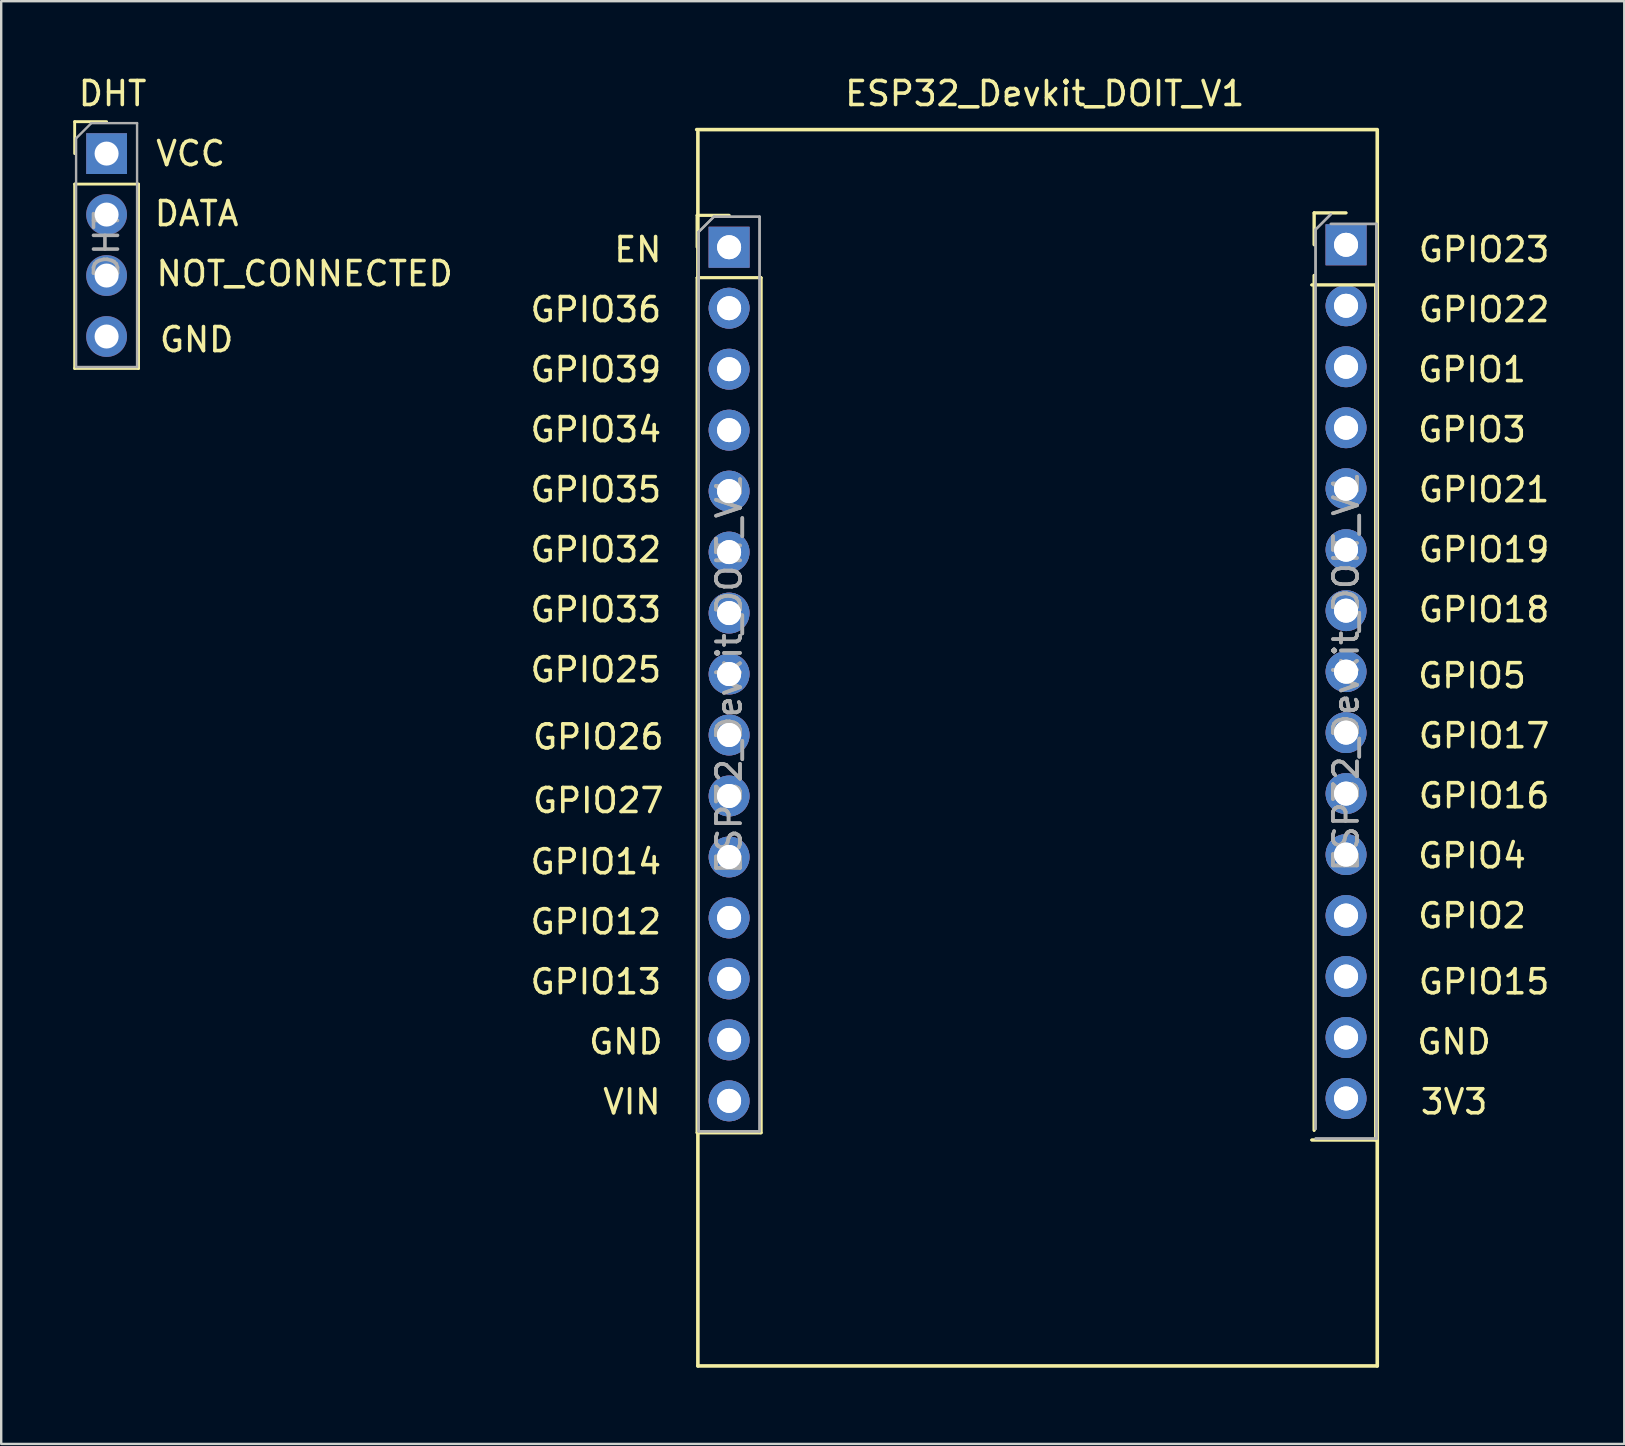
<source format=kicad_pcb>
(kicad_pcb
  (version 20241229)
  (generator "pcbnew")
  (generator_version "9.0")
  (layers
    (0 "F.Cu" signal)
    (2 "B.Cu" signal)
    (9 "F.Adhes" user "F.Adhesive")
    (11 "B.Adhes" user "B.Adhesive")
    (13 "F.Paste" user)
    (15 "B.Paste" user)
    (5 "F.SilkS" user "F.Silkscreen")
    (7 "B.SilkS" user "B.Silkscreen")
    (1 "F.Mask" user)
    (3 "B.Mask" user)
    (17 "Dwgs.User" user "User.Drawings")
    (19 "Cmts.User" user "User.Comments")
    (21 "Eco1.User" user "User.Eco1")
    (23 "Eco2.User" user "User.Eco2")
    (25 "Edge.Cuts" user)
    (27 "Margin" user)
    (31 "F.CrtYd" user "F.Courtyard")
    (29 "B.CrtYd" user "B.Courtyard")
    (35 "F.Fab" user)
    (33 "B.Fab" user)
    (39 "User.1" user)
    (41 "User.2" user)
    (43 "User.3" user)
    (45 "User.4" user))
  (footprint "DHT"
    (layer "F.Cu")
    (at 1.39 7.598)
    (property "Reference" "DHT" (at 0.25 -6.75 0) (layer "F.SilkS") (effects (font (size 1 1) (thickness 0.15))))
    (attr through_hole)
    (fp_line (start -1.33 -5.58) (end 0 -5.58) (stroke (width 0.12) (type solid)) (layer "F.SilkS"))
    (fp_line (start -1.33 -4.25) (end -1.33 -5.58) (stroke (width 0.12) (type solid)) (layer "F.SilkS"))
    (fp_line (start -1.33 -2.98) (end -1.33 4.7) (stroke (width 0.12) (type solid)) (layer "F.SilkS"))
    (fp_line (start -1.33 -2.98) (end 1.33 -2.98) (stroke (width 0.12) (type solid)) (layer "F.SilkS"))
    (fp_line (start -1.33 4.7) (end 1.33 4.7) (stroke (width 0.12) (type solid)) (layer "F.SilkS"))
    (fp_line (start 1.33 -2.98) (end 1.33 4.7) (stroke (width 0.12) (type solid)) (layer "F.SilkS"))
    (fp_line (start -1.27 -4.885) (end -0.635 -5.52) (stroke (width 0.1) (type solid)) (layer "F.Fab"))
    (fp_line (start -1.27 4.64) (end -1.27 -4.885) (stroke (width 0.1) (type solid)) (layer "F.Fab"))
    (fp_line (start -0.635 -5.52) (end 1.27 -5.52) (stroke (width 0.1) (type solid)) (layer "F.Fab"))
    (fp_line (start 1.27 -5.52) (end 1.27 4.64) (stroke (width 0.1) (type solid)) (layer "F.Fab"))
    (fp_line (start 1.27 4.64) (end -1.27 4.64) (stroke (width 0.1) (type solid)) (layer "F.Fab"))
    (fp_text user "GND" (at 3.75 3.5 0) (layer "F.SilkS") (effects (font (size 1 1) (thickness 0.15))))
    (fp_text user "NOT_CONNECTED" (at 8.25 0.75 0) (layer "F.SilkS") (effects (font (size 1 1) (thickness 0.15))))
    (fp_text user "DATA" (at 3.75 -1.75 0) (layer "F.SilkS") (effects (font (size 1 1) (thickness 0.15))))
    (fp_text user "VCC" (at 3.5 -4.25 0) (layer "F.SilkS") (effects (font (size 1 1) (thickness 0.15))))
    (fp_text user "${REFERENCE}" (at 0 -0.44 90) (layer "F.Fab") (effects (font (size 1 1) (thickness 0.15))))
    (pad "1" thru_hole rect (at 0 -4.25) (size 1.7 1.7) (drill 1) (layers "*.Cu" "*.Mask"))
    (pad "2" thru_hole oval (at 0 -1.71) (size 1.7 1.7) (drill 1) (layers "*.Cu" "*.Mask"))
    (pad "3" thru_hole oval (at 0 0.83) (size 1.7 1.7) (drill 1) (layers "*.Cu" "*.Mask"))
    (pad "4" thru_hole oval (at 0 3.37) (size 1.7 1.7) (drill 1) (layers "*.Cu" "*.Mask")))
  (footprint "ESP32_Devkit_DOIT_V1"
    (layer "F.Cu")
    (at 26.021 53.848)
    (property "Reference" "ESP32_Devkit_DOIT_V1" (at 14.45 -53 0) (layer "F.SilkS") (effects (font (size 1 1) (thickness 0.15))))
    (attr through_hole)
    (fp_line (start -0.03 -47.93) (end 1.3 -47.93) (stroke (width 0.12) (type solid)) (layer "F.SilkS"))
    (fp_line (start -0.03 -47.93) (end 1.3 -47.93) (stroke (width 0.12) (type solid)) (layer "F.SilkS"))
    (fp_line (start -0.03 -46.6) (end -0.03 -47.93) (stroke (width 0.12) (type solid)) (layer "F.SilkS"))
    (fp_line (start -0.03 -46.6) (end -0.03 -47.93) (stroke (width 0.12) (type solid)) (layer "F.SilkS"))
    (fp_line (start -0.03 -45.33) (end -0.03 -9.71) (stroke (width 0.12) (type solid)) (layer "F.SilkS"))
    (fp_line (start -0.03 -45.33) (end -0.03 -9.71) (stroke (width 0.12) (type solid)) (layer "F.SilkS"))
    (fp_line (start -0.03 -45.33) (end 2.63 -45.33) (stroke (width 0.12) (type solid)) (layer "F.SilkS"))
    (fp_line (start -0.03 -45.33) (end 2.63 -45.33) (stroke (width 0.12) (type solid)) (layer "F.SilkS"))
    (fp_line (start -0.03 -9.71) (end 2.63 -9.71) (stroke (width 0.12) (type solid)) (layer "F.SilkS"))
    (fp_line (start -0.03 -9.71) (end 2.63 -9.71) (stroke (width 0.12) (type solid)) (layer "F.SilkS"))
    (fp_line (start 0 -51.4) (end 0 0) (stroke (width 0.15) (type solid)) (layer "F.SilkS"))
    (fp_line (start 0 0) (end 28.3 0) (stroke (width 0.15) (type solid)) (layer "F.SilkS"))
    (fp_line (start 2.63 -45.33) (end 2.63 -9.71) (stroke (width 0.12) (type solid)) (layer "F.SilkS"))
    (fp_line (start 2.63 -45.33) (end 2.63 -9.71) (stroke (width 0.12) (type solid)) (layer "F.SilkS"))
    (fp_line (start 25.57 -45.03) (end 28.23 -45.03) (stroke (width 0.12) (type solid)) (layer "F.SilkS"))
    (fp_line (start 25.57 -45.03) (end 28.23 -45.03) (stroke (width 0.12) (type solid)) (layer "F.SilkS"))
    (fp_line (start 25.57 -9.41) (end 28.23 -9.41) (stroke (width 0.12) (type solid)) (layer "F.SilkS"))
    (fp_line (start 25.57 -9.41) (end 28.23 -9.41) (stroke (width 0.12) (type solid)) (layer "F.SilkS"))
    (fp_line (start 25.67 -48.03) (end 27 -48.03) (stroke (width 0.12) (type solid)) (layer "F.SilkS"))
    (fp_line (start 25.67 -48.03) (end 27 -48.03) (stroke (width 0.12) (type solid)) (layer "F.SilkS"))
    (fp_line (start 25.67 -46.7) (end 25.67 -48.03) (stroke (width 0.12) (type solid)) (layer "F.SilkS"))
    (fp_line (start 25.67 -46.7) (end 25.67 -48.03) (stroke (width 0.12) (type solid)) (layer "F.SilkS"))
    (fp_line (start 25.67 -45.43) (end 25.67 -9.81) (stroke (width 0.12) (type solid)) (layer "F.SilkS"))
    (fp_line (start 25.67 -45.43) (end 25.67 -9.81) (stroke (width 0.12) (type solid)) (layer "F.SilkS"))
    (fp_line (start 28.23 -45.03) (end 28.23 -9.41) (stroke (width 0.12) (type solid)) (layer "F.SilkS"))
    (fp_line (start 28.23 -45.03) (end 28.23 -9.41) (stroke (width 0.12) (type solid)) (layer "F.SilkS"))
    (fp_line (start 28.3 -51.5) (end -0.05 -51.5) (stroke (width 0.15) (type solid)) (layer "F.SilkS"))
    (fp_line (start 28.3 -42.9) (end 28.3 -51.45) (stroke (width 0.15) (type solid)) (layer "F.SilkS"))
    (fp_line (start 28.3 0) (end 28.3 -43) (stroke (width 0.15) (type solid)) (layer "F.SilkS"))
    (fp_line (start 0.03 -47.235) (end 0.665 -47.87) (stroke (width 0.1) (type solid)) (layer "F.Fab"))
    (fp_line (start 0.03 -47.235) (end 0.665 -47.87) (stroke (width 0.1) (type solid)) (layer "F.Fab"))
    (fp_line (start 0.03 -9.77) (end 0.03 -47.235) (stroke (width 0.1) (type solid)) (layer "F.Fab"))
    (fp_line (start 0.03 -9.77) (end 0.03 -47.235) (stroke (width 0.1) (type solid)) (layer "F.Fab"))
    (fp_line (start 0.665 -47.87) (end 2.57 -47.87) (stroke (width 0.1) (type solid)) (layer "F.Fab"))
    (fp_line (start 0.665 -47.87) (end 2.57 -47.87) (stroke (width 0.1) (type solid)) (layer "F.Fab"))
    (fp_line (start 2.57 -47.87) (end 2.57 -9.77) (stroke (width 0.1) (type solid)) (layer "F.Fab"))
    (fp_line (start 2.57 -47.87) (end 2.57 -9.77) (stroke (width 0.1) (type solid)) (layer "F.Fab"))
    (fp_line (start 2.57 -9.77) (end 0.03 -9.77) (stroke (width 0.1) (type solid)) (layer "F.Fab"))
    (fp_line (start 2.57 -9.77) (end 0.03 -9.77) (stroke (width 0.1) (type solid)) (layer "F.Fab"))
    (fp_line (start 25.73 -47.335) (end 26.365 -47.97) (stroke (width 0.1) (type solid)) (layer "F.Fab"))
    (fp_line (start 25.73 -47.335) (end 26.365 -47.97) (stroke (width 0.1) (type solid)) (layer "F.Fab"))
    (fp_line (start 25.73 -9.87) (end 25.73 -47.335) (stroke (width 0.1) (type solid)) (layer "F.Fab"))
    (fp_line (start 25.73 -9.87) (end 25.73 -47.335) (stroke (width 0.1) (type solid)) (layer "F.Fab"))
    (fp_line (start 26.365 -47.57) (end 28.27 -47.57) (stroke (width 0.1) (type solid)) (layer "F.Fab"))
    (fp_line (start 26.365 -47.57) (end 28.27 -47.57) (stroke (width 0.1) (type solid)) (layer "F.Fab"))
    (fp_line (start 28.27 -47.57) (end 28.27 -9.47) (stroke (width 0.1) (type solid)) (layer "F.Fab"))
    (fp_line (start 28.27 -47.57) (end 28.27 -9.47) (stroke (width 0.1) (type solid)) (layer "F.Fab"))
    (fp_line (start 28.27 -9.47) (end 25.73 -9.47) (stroke (width 0.1) (type solid)) (layer "F.Fab"))
    (fp_line (start 28.27 -9.47) (end 25.73 -9.47) (stroke (width 0.1) (type solid)) (layer "F.Fab"))
    (fp_text user "GPIO26" (at -4.15 -26.2 0) (layer "F.SilkS") (effects (font (size 1 1) (thickness 0.15))))
    (fp_text user "GPIO35" (at -4.25 -36.5 0) (layer "F.SilkS") (effects (font (size 1 1) (thickness 0.15))))
    (fp_text user "GPIO22" (at 32.75 -44 0) (layer "F.SilkS") (effects (font (size 1 1) (thickness 0.15))))
    (fp_text user "GPIO15" (at 32.75 -16 0) (layer "F.SilkS") (effects (font (size 1 1) (thickness 0.15))))
    (fp_text user "GPIO17" (at 32.75 -26.25 0) (layer "F.SilkS") (effects (font (size 1 1) (thickness 0.15))))
    (fp_text user "GPIO4" (at 32.25 -21.25 0) (layer "F.SilkS") (effects (font (size 1 1) (thickness 0.15))))
    (fp_text user "GPIO3" (at 32.25 -39 0) (layer "F.SilkS") (effects (font (size 1 1) (thickness 0.15))))
    (fp_text user "GPIO27" (at -4.15 -23.55 0) (layer "F.SilkS") (effects (font (size 1 1) (thickness 0.15))))
    (fp_text user "VIN" (at -2.75 -11 0) (layer "F.SilkS") (effects (font (size 1 1) (thickness 0.15))))
    (fp_text user "GPIO23" (at 32.75 -46.5 0) (layer "F.SilkS") (effects (font (size 1 1) (thickness 0.15))))
    (fp_text user "GND" (at 31.5 -13.5 0) (layer "F.SilkS") (effects (font (size 1 1) (thickness 0.15))))
    (fp_text user "GPIO2" (at 32.25 -18.75 0) (layer "F.SilkS") (effects (font (size 1 1) (thickness 0.15))))
    (fp_text user "GPIO14" (at -4.25 -21 0) (layer "F.SilkS") (effects (font (size 1 1) (thickness 0.15))))
    (fp_text user "3V3" (at 31.5 -11 0) (layer "F.SilkS") (effects (font (size 1 1) (thickness 0.15))))
    (fp_text user "GPIO33" (at -4.25 -31.5 0) (layer "F.SilkS") (effects (font (size 1 1) (thickness 0.15))))
    (fp_text user "GPIO19" (at 32.75 -34 0) (layer "F.SilkS") (effects (font (size 1 1) (thickness 0.15))))
    (fp_text user "GPIO13" (at -4.25 -16 0) (layer "F.SilkS") (effects (font (size 1 1) (thickness 0.15))))
    (fp_text user "GPIO32" (at -4.25 -34 0) (layer "F.SilkS") (effects (font (size 1 1) (thickness 0.15))))
    (fp_text user "GND" (at -3 -13.5 0) (layer "F.SilkS") (effects (font (size 1 1) (thickness 0.15))))
    (fp_text user "GPIO25" (at -4.25 -29 0) (layer "F.SilkS") (effects (font (size 1 1) (thickness 0.15))))
    (fp_text user "GPIO5" (at 32.25 -28.75 0) (layer "F.SilkS") (effects (font (size 1 1) (thickness 0.15))))
    (fp_text user "GPIO39" (at -4.25 -41.5 0) (layer "F.SilkS") (effects (font (size 1 1) (thickness 0.15))))
    (fp_text user "GPIO21" (at 32.75 -36.5 0) (layer "F.SilkS") (effects (font (size 1 1) (thickness 0.15))))
    (fp_text user "GPIO12" (at -4.25 -18.5 0) (layer "F.SilkS") (effects (font (size 1 1) (thickness 0.15))))
    (fp_text user "GPIO16" (at 32.75 -23.75 0) (layer "F.SilkS") (effects (font (size 1 1) (thickness 0.15))))
    (fp_text user "GPIO36" (at -4.25 -44 0) (layer "F.SilkS") (effects (font (size 1 1) (thickness 0.15))))
    (fp_text user "GPIO1" (at 32.25 -41.5 0) (layer "F.SilkS") (effects (font (size 1 1) (thickness 0.15))))
    (fp_text user "EN" (at -2.5 -46.5 0) (layer "F.SilkS") (effects (font (size 1 1) (thickness 0.15))))
    (fp_text user "GPIO18" (at 32.75 -31.5 0) (layer "F.SilkS") (effects (font (size 1 1) (thickness 0.15))))
    (fp_text user "GPIO34" (at -4.25 -39 0) (layer "F.SilkS") (effects (font (size 1 1) (thickness 0.15))))
    (fp_text user "${REFERENCE}" (at 27 -28.92 90) (layer "F.Fab") (effects (font (size 1 1) (thickness 0.15))))
    (fp_text user "${REFERENCE}" (at 27 -28.92 90) (layer "F.Fab") (effects (font (size 1 1) (thickness 0.15))))
    (fp_text user "${REFERENCE}" (at 1.3 -28.82 90) (layer "F.Fab") (effects (font (size 1 1) (thickness 0.15))))
    (fp_text user "${REFERENCE}" (at 1.3 -28.82 90) (layer "F.Fab") (effects (font (size 1 1) (thickness 0.15))))
    (pad "1" thru_hole rect (at 1.3 -46.6) (size 1.7 1.7) (drill 1) (layers "*.Cu" "*.Mask"))
    (pad "1" thru_hole rect (at 1.3 -46.6) (size 1.7 1.7) (drill 1) (layers "*.Cu" "*.Mask"))
    (pad "2" thru_hole oval (at 1.3 -44.06) (size 1.7 1.7) (drill 1) (layers "*.Cu" "*.Mask"))
    (pad "2" thru_hole oval (at 1.3 -44.06) (size 1.7 1.7) (drill 1) (layers "*.Cu" "*.Mask"))
    (pad "3" thru_hole oval (at 1.3 -41.52) (size 1.7 1.7) (drill 1) (layers "*.Cu" "*.Mask"))
    (pad "3" thru_hole oval (at 1.3 -41.52) (size 1.7 1.7) (drill 1) (layers "*.Cu" "*.Mask"))
    (pad "4" thru_hole oval (at 1.3 -38.98) (size 1.7 1.7) (drill 1) (layers "*.Cu" "*.Mask"))
    (pad "4" thru_hole oval (at 1.3 -38.98) (size 1.7 1.7) (drill 1) (layers "*.Cu" "*.Mask"))
    (pad "5" thru_hole oval (at 1.3 -36.44) (size 1.7 1.7) (drill 1) (layers "*.Cu" "*.Mask"))
    (pad "5" thru_hole oval (at 1.3 -36.44) (size 1.7 1.7) (drill 1) (layers "*.Cu" "*.Mask"))
    (pad "6" thru_hole oval (at 1.3 -33.9) (size 1.7 1.7) (drill 1) (layers "*.Cu" "*.Mask"))
    (pad "6" thru_hole oval (at 1.3 -33.9) (size 1.7 1.7) (drill 1) (layers "*.Cu" "*.Mask"))
    (pad "7" thru_hole oval (at 1.3 -31.36) (size 1.7 1.7) (drill 1) (layers "*.Cu" "*.Mask"))
    (pad "7" thru_hole oval (at 1.3 -31.36) (size 1.7 1.7) (drill 1) (layers "*.Cu" "*.Mask"))
    (pad "8" thru_hole oval (at 1.3 -28.82) (size 1.7 1.7) (drill 1) (layers "*.Cu" "*.Mask"))
    (pad "8" thru_hole oval (at 1.3 -28.82) (size 1.7 1.7) (drill 1) (layers "*.Cu" "*.Mask"))
    (pad "9" thru_hole oval (at 1.3 -26.28) (size 1.7 1.7) (drill 1) (layers "*.Cu" "*.Mask"))
    (pad "9" thru_hole oval (at 1.3 -26.28) (size 1.7 1.7) (drill 1) (layers "*.Cu" "*.Mask"))
    (pad "10" thru_hole oval (at 1.3 -23.74) (size 1.7 1.7) (drill 1) (layers "*.Cu" "*.Mask"))
    (pad "10" thru_hole oval (at 1.3 -23.74) (size 1.7 1.7) (drill 1) (layers "*.Cu" "*.Mask"))
    (pad "11" thru_hole oval (at 1.3 -21.2) (size 1.7 1.7) (drill 1) (layers "*.Cu" "*.Mask"))
    (pad "11" thru_hole oval (at 1.3 -21.2) (size 1.7 1.7) (drill 1) (layers "*.Cu" "*.Mask"))
    (pad "12" thru_hole oval (at 1.3 -18.66) (size 1.7 1.7) (drill 1) (layers "*.Cu" "*.Mask"))
    (pad "12" thru_hole oval (at 1.3 -18.66) (size 1.7 1.7) (drill 1) (layers "*.Cu" "*.Mask"))
    (pad "13" thru_hole oval (at 1.3 -16.12) (size 1.7 1.7) (drill 1) (layers "*.Cu" "*.Mask"))
    (pad "13" thru_hole oval (at 1.3 -16.12) (size 1.7 1.7) (drill 1) (layers "*.Cu" "*.Mask"))
    (pad "14" thru_hole oval (at 1.3 -13.58) (size 1.7 1.7) (drill 1) (layers "*.Cu" "*.Mask"))
    (pad "14" thru_hole oval (at 1.3 -13.58) (size 1.7 1.7) (drill 1) (layers "*.Cu" "*.Mask"))
    (pad "15" thru_hole oval (at 1.3 -11.04) (size 1.7 1.7) (drill 1) (layers "*.Cu" "*.Mask"))
    (pad "15" thru_hole oval (at 1.3 -11.04) (size 1.7 1.7) (drill 1) (layers "*.Cu" "*.Mask"))
    (pad "16" thru_hole oval (at 27 -11.14) (size 1.7 1.7) (drill 1) (layers "*.Cu" "*.Mask"))
    (pad "16" thru_hole oval (at 27 -11.14) (size 1.7 1.7) (drill 1) (layers "*.Cu" "*.Mask"))
    (pad "17" thru_hole oval (at 27 -13.68) (size 1.7 1.7) (drill 1) (layers "*.Cu" "*.Mask"))
    (pad "17" thru_hole oval (at 27 -13.68) (size 1.7 1.7) (drill 1) (layers "*.Cu" "*.Mask"))
    (pad "18" thru_hole oval (at 27 -16.22) (size 1.7 1.7) (drill 1) (layers "*.Cu" "*.Mask"))
    (pad "18" thru_hole oval (at 27 -16.22) (size 1.7 1.7) (drill 1) (layers "*.Cu" "*.Mask"))
    (pad "19" thru_hole oval (at 27 -18.76) (size 1.7 1.7) (drill 1) (layers "*.Cu" "*.Mask"))
    (pad "19" thru_hole oval (at 27 -18.76) (size 1.7 1.7) (drill 1) (layers "*.Cu" "*.Mask"))
    (pad "20" thru_hole oval (at 27 -21.3) (size 1.7 1.7) (drill 1) (layers "*.Cu" "*.Mask"))
    (pad "20" thru_hole oval (at 27 -21.3) (size 1.7 1.7) (drill 1) (layers "*.Cu" "*.Mask"))
    (pad "21" thru_hole oval (at 27 -23.84) (size 1.7 1.7) (drill 1) (layers "*.Cu" "*.Mask"))
    (pad "21" thru_hole oval (at 27 -23.84) (size 1.7 1.7) (drill 1) (layers "*.Cu" "*.Mask"))
    (pad "22" thru_hole oval (at 27 -26.38) (size 1.7 1.7) (drill 1) (layers "*.Cu" "*.Mask"))
    (pad "22" thru_hole oval (at 27 -26.38) (size 1.7 1.7) (drill 1) (layers "*.Cu" "*.Mask"))
    (pad "23" thru_hole oval (at 27 -28.92) (size 1.7 1.7) (drill 1) (layers "*.Cu" "*.Mask"))
    (pad "23" thru_hole oval (at 27 -28.92) (size 1.7 1.7) (drill 1) (layers "*.Cu" "*.Mask"))
    (pad "24" thru_hole oval (at 27 -31.46) (size 1.7 1.7) (drill 1) (layers "*.Cu" "*.Mask"))
    (pad "24" thru_hole oval (at 27 -31.46) (size 1.7 1.7) (drill 1) (layers "*.Cu" "*.Mask"))
    (pad "25" thru_hole oval (at 27 -34) (size 1.7 1.7) (drill 1) (layers "*.Cu" "*.Mask"))
    (pad "25" thru_hole oval (at 27 -34) (size 1.7 1.7) (drill 1) (layers "*.Cu" "*.Mask"))
    (pad "26" thru_hole oval (at 27 -36.54) (size 1.7 1.7) (drill 1) (layers "*.Cu" "*.Mask"))
    (pad "26" thru_hole oval (at 27 -36.54) (size 1.7 1.7) (drill 1) (layers "*.Cu" "*.Mask"))
    (pad "27" thru_hole oval (at 27 -39.08) (size 1.7 1.7) (drill 1) (layers "*.Cu" "*.Mask"))
    (pad "27" thru_hole oval (at 27 -39.08) (size 1.7 1.7) (drill 1) (layers "*.Cu" "*.Mask"))
    (pad "28" thru_hole oval (at 27 -41.62) (size 1.7 1.7) (drill 1) (layers "*.Cu" "*.Mask"))
    (pad "28" thru_hole oval (at 27 -41.62) (size 1.7 1.7) (drill 1) (layers "*.Cu" "*.Mask"))
    (pad "29" thru_hole oval (at 27 -44.16) (size 1.7 1.7) (drill 1) (layers "*.Cu" "*.Mask"))
    (pad "29" thru_hole oval (at 27 -44.16) (size 1.7 1.7) (drill 1) (layers "*.Cu" "*.Mask"))
    (pad "30" thru_hole rect (at 27 -46.7) (size 1.7 1.7) (drill 1) (layers "*.Cu" "*.Mask"))
    (pad "30" thru_hole rect (at 27 -46.7) (size 1.7 1.7) (drill 1) (layers "*.Cu" "*.Mask")))
  (gr_rect
    (start -3 -3)
    (end 64.61 57.098)
    (stroke (width 0.1) (type default))
    (fill no)
    (layer "Edge.Cuts")))
</source>
